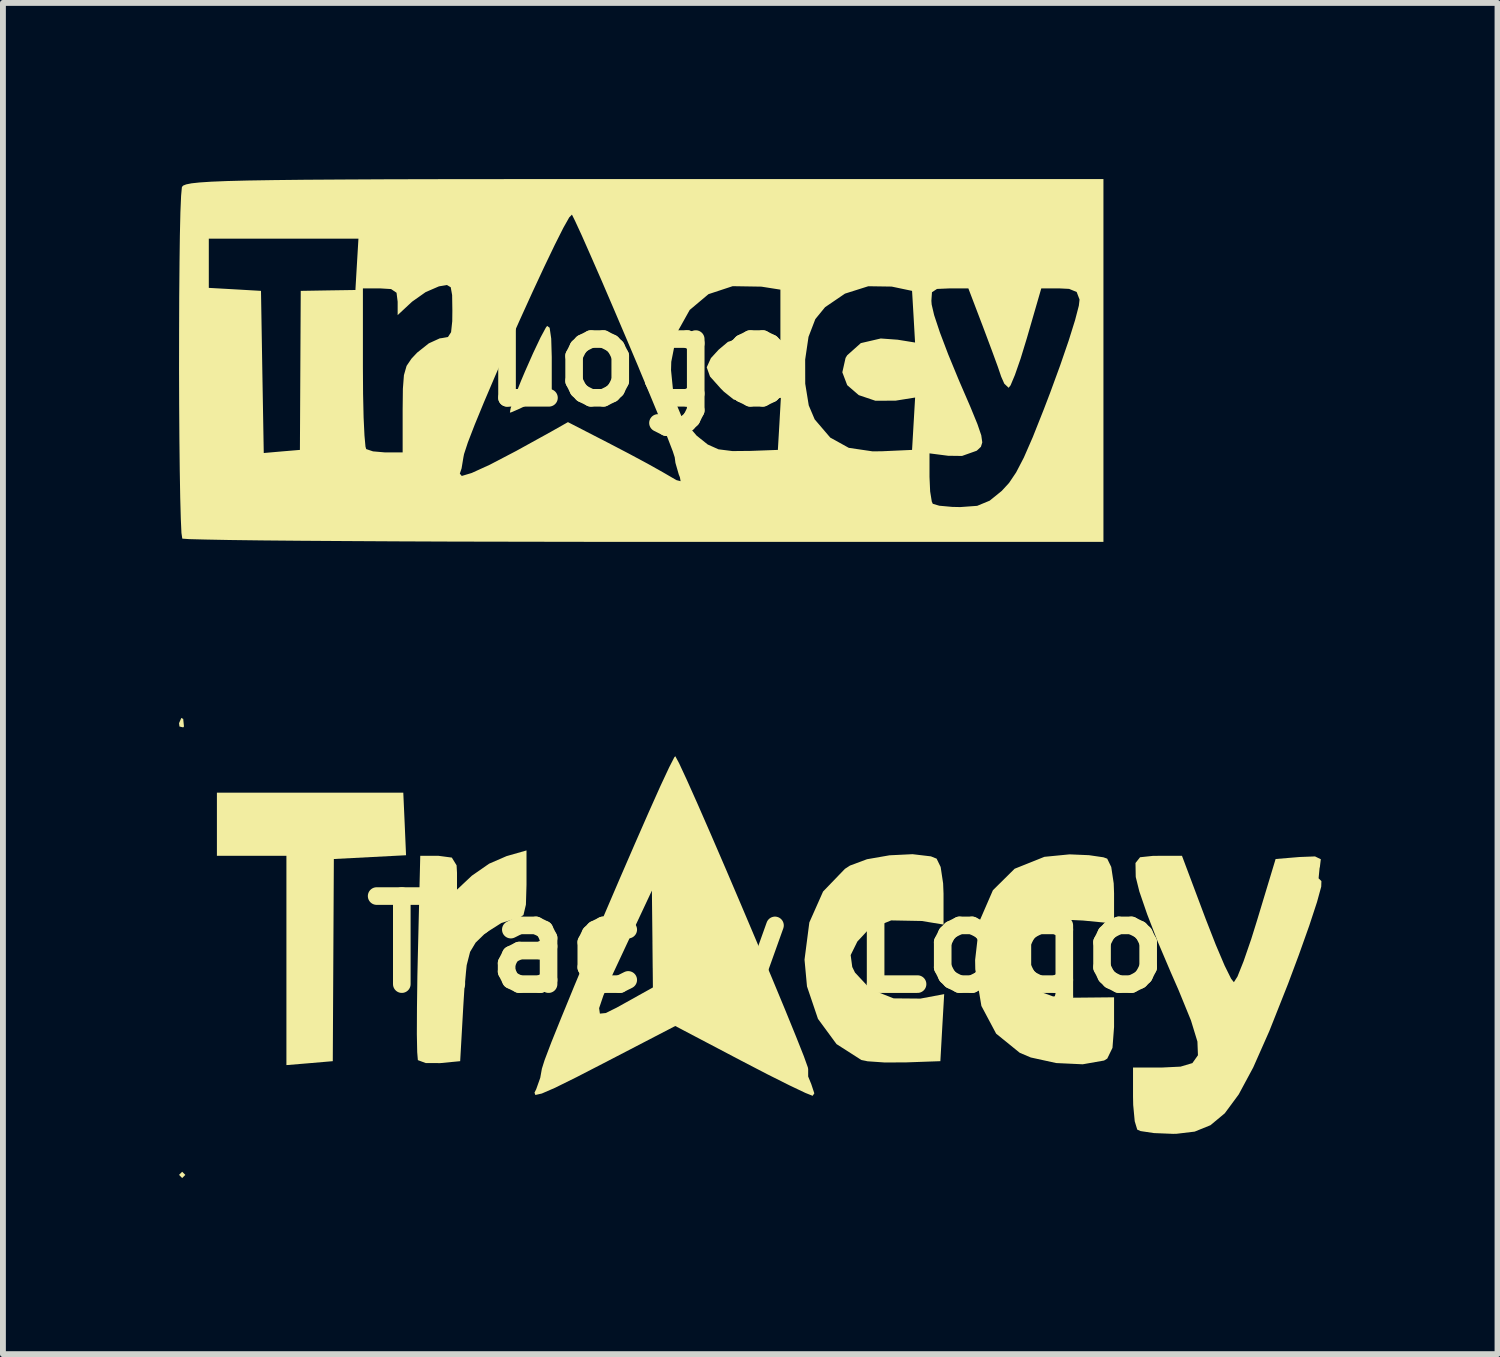
<source format=kicad_pcb>
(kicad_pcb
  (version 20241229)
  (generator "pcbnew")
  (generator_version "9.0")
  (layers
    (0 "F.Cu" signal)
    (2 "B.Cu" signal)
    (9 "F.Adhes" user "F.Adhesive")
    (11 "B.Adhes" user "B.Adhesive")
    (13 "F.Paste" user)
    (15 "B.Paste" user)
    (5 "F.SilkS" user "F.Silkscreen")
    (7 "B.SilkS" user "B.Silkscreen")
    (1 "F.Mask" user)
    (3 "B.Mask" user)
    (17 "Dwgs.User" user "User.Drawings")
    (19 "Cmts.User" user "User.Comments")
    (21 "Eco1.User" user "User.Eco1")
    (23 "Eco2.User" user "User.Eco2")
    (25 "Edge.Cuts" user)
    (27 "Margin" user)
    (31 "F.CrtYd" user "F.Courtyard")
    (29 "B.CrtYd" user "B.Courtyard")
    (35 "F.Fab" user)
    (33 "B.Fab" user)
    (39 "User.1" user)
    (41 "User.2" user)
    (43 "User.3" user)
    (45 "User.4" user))
  (footprint "Traccy Logo"
    (layer "F.Cu")
    (at 10.009 13.036)
    (property "Reference" "Traccy Logo" (at 0 0 0) (layer "F.SilkS") (effects (font (size 1.5 1.5) (thickness 0.3))))
    (attr board_only exclude_from_pos_files exclude_from_bom)
    (fp_poly (pts (xy -9.902 3.928) (xy -9.956 3.982) (xy -10.009 3.928) (xy -9.956 3.875)) (stroke (width 0) (type solid)) (fill yes) (layer "F.SilkS"))
    (fp_poly (pts (xy -9.938 -3.839) (xy -9.925 -3.711) (xy -9.938 -3.695) (xy -10.002 -3.71) (xy -10.009 -3.767) (xy -9.97 -3.856)) (stroke (width 0) (type solid)) (fill yes) (layer "F.SilkS"))
    (fp_poly (pts (xy -7.776 -2.583) (xy -6.189 -2.583) (xy -6.165 -2.05) (xy -6.142 -1.517) (xy -6.757 -1.485) (xy -7.372 -1.453) (xy -7.381 0.269) (xy -7.39 1.991) (xy -7.785 2.025) (xy -8.18 2.058) (xy -8.18 0.276) (xy -8.18 -1.507) (xy -8.772 -1.507) (xy -9.364 -1.507) (xy -9.364 -2.045) (xy -9.364 -2.583)) (stroke (width 0) (type solid)) (fill yes) (layer "F.SilkS"))
    (fp_poly (pts (xy -4.09 -1.015) (xy -4.1 -0.675) (xy -4.142 -0.499) (xy -4.234 -0.436) (xy -4.299 -0.431) (xy -4.518 -0.363) (xy -4.778 -0.198) (xy -4.81 -0.171) (xy -4.957 -0.028) (xy -5.051 0.129) (xy -5.109 0.356) (xy -5.145 0.707) (xy -5.166 1.04) (xy -5.22 1.991) (xy -5.56 2.024) (xy -5.807 2.023) (xy -5.939 1.974) (xy -5.941 1.97) (xy -5.952 1.838) (xy -5.958 1.529) (xy -5.956 1.083) (xy -5.949 0.538) (xy -5.941 0.188) (xy -5.9 -1.507) (xy -5.587 -1.507) (xy -5.362 -1.477) (xy -5.281 -1.345) (xy -5.274 -1.219) (xy -5.274 -0.931) (xy -5.022 -1.168) (xy -4.727 -1.373) (xy -4.43 -1.502) (xy -4.09 -1.599)) (stroke (width 0) (type solid)) (fill yes) (layer "F.SilkS"))
    (fp_poly (pts (xy 2.799 -1.498) (xy 2.896 -1.459) (xy 2.965 -1.317) (xy 3.007 -1.038) (xy 3.014 -0.861) (xy 3.014 -0.336) (xy 2.643 -0.397) (xy 2.122 -0.407) (xy 1.733 -0.248) (xy 1.546 -0.047) (xy 1.432 0.184) (xy 1.459 0.386) (xy 1.506 0.482) (xy 1.771 0.766) (xy 2.163 0.921) (xy 2.62 0.925) (xy 2.641 0.921) (xy 3.025 0.849) (xy 2.992 1.42) (xy 2.96 1.991) (xy 2.368 2.012) (xy 2.007 2.013) (xy 1.72 1.993) (xy 1.614 1.971) (xy 1.191 1.7) (xy 0.875 1.27) (xy 0.688 0.717) (xy 0.646 0.262) (xy 0.728 -0.372) (xy 0.962 -0.899) (xy 1.334 -1.285) (xy 1.42 -1.341) (xy 1.71 -1.449) (xy 2.094 -1.516) (xy 2.486 -1.535)) (stroke (width 0) (type solid)) (fill yes) (layer "F.SilkS"))
    (fp_poly (pts (xy 5.492 -1.518) (xy 5.738 -1.482) (xy 5.802 -1.459) (xy 5.871 -1.317) (xy 5.913 -1.038) (xy 5.919 -0.87) (xy 5.919 -0.354) (xy 5.389 -0.405) (xy 5.046 -0.421) (xy 4.822 -0.369) (xy 4.626 -0.222) (xy 4.582 -0.179) (xy 4.362 0.098) (xy 4.328 0.342) (xy 4.475 0.615) (xy 4.511 0.661) (xy 4.67 0.812) (xy 4.877 0.887) (xy 5.206 0.909) (xy 5.318 0.909) (xy 5.919 0.903) (xy 5.919 1.409) (xy 5.892 1.764) (xy 5.803 1.947) (xy 5.749 1.98) (xy 5.385 2.044) (xy 4.933 2.023) (xy 4.5 1.928) (xy 4.312 1.848) (xy 3.91 1.522) (xy 3.659 1.05) (xy 3.555 0.427) (xy 3.552 0.269) (xy 3.629 -0.4) (xy 3.855 -0.921) (xy 4.225 -1.287) (xy 4.732 -1.49) (xy 5.161 -1.532)) (stroke (width 0) (type solid)) (fill yes) (layer "F.SilkS"))
    (fp_poly (pts (xy 7.48 -0.431) (xy 7.652 0.009) (xy 7.802 0.362) (xy 7.913 0.586) (xy 7.96 0.646) (xy 8.021 0.55) (xy 8.125 0.29) (xy 8.256 -0.09) (xy 8.354 -0.404) (xy 8.671 -1.453) (xy 9.08 -1.487) (xy 9.342 -1.497) (xy 9.441 -1.449) (xy 9.425 -1.316) (xy 9.42 -1.299) (xy 9.403 -1.124) (xy 9.451 -1.076) (xy 9.448 -0.982) (xy 9.376 -0.719) (xy 9.245 -0.32) (xy 9.066 0.183) (xy 8.883 0.673) (xy 8.564 1.478) (xy 8.289 2.099) (xy 8.042 2.558) (xy 7.805 2.879) (xy 7.561 3.082) (xy 7.292 3.191) (xy 6.982 3.228) (xy 6.923 3.229) (xy 6.599 3.216) (xy 6.371 3.182) (xy 6.314 3.157) (xy 6.271 3.015) (xy 6.245 2.738) (xy 6.242 2.592) (xy 6.242 2.099) (xy 6.741 2.099) (xy 7.051 2.084) (xy 7.253 2.024) (xy 7.348 1.89) (xy 7.339 1.657) (xy 7.229 1.297) (xy 7.019 0.783) (xy 6.885 0.477) (xy 6.666 -0.038) (xy 6.482 -0.514) (xy 6.35 -0.899) (xy 6.289 -1.144) (xy 6.288 -1.157) (xy 6.284 -1.385) (xy 6.362 -1.483) (xy 6.58 -1.506) (xy 6.668 -1.507) (xy 7.076 -1.507)) (stroke (width 0) (type solid)) (fill yes) (layer "F.SilkS"))
    (fp_poly (pts (xy -1.491 -3.085) (xy -1.36 -2.803) (xy -1.175 -2.389) (xy -0.95 -1.874) (xy -0.698 -1.29) (xy -0.433 -0.669) (xy -0.167 -0.041) (xy 0.086 0.562) (xy 0.313 1.109) (xy 0.5 1.568) (xy 0.635 1.908) (xy 0.703 2.098) (xy 0.708 2.126) (xy 0.708 2.252) (xy 0.761 2.382) (xy 0.813 2.539) (xy 0.784 2.581) (xy 0.661 2.532) (xy 0.388 2.402) (xy 0.007 2.211) (xy -0.428 1.985) (xy -1.556 1.392) (xy -2.702 1.987) (xy -3.235 2.262) (xy -3.603 2.444) (xy -3.829 2.542) (xy -3.939 2.567) (xy -3.954 2.527) (xy -3.925 2.469) (xy -3.856 2.275) (xy -3.828 2.119) (xy -3.782 1.973) (xy -3.667 1.67) (xy -3.494 1.241) (xy -3.431 1.088) (xy -2.853 1.088) (xy -2.84 1.181) (xy -2.74 1.171) (xy -2.556 1.08) (xy -2.428 1.009) (xy -1.937 0.735) (xy -1.945 -0.09) (xy -1.954 -0.915) (xy -2.364 -0.041) (xy -2.617 0.5) (xy -2.779 0.869) (xy -2.853 1.088) (xy -3.431 1.088) (xy -3.279 0.717) (xy -3.033 0.129) (xy -2.77 -0.492) (xy -2.503 -1.115) (xy -2.245 -1.71) (xy -2.01 -2.246) (xy -1.811 -2.691) (xy -1.66 -3.014) (xy -1.572 -3.186) (xy -1.555 -3.204)) (stroke (width 0) (type solid)) (fill yes) (layer "F.SilkS")))
  (footprint "Logo"
    (layer "F.Cu")
    (at 7.873 3.048)
    (property "Reference" "Logo" (at 0 0 0) (layer "F.SilkS") (effects (font (size 1.5 1.5) (thickness 0.3))))
    (attr board_only exclude_from_pos_files exclude_from_bom)
    (fp_poly (pts (xy -1.56 -0.515) (xy -1.533 -0.33) (xy -1.524 -0.019) (xy -1.524 0.589) (xy -1.859 0.76) (xy -2.071 0.864) (xy -2.212 0.925) (xy -2.237 0.931) (xy -2.225 0.86) (xy -2.158 0.667) (xy -2.047 0.389) (xy -1.981 0.233) (xy -1.839 -0.088) (xy -1.714 -0.351) (xy -1.625 -0.516) (xy -1.603 -0.546)) (stroke (width 0) (type solid)) (fill yes) (layer "F.SilkS"))
    (fp_poly (pts (xy 7.874 0.042) (xy 7.874 3.133) (xy 0.056 3.133) (xy -1.08 3.132) (xy -2.167 3.13) (xy -3.195 3.128) (xy -4.15 3.124) (xy -5.021 3.119) (xy -5.796 3.114) (xy -6.463 3.108) (xy -7.01 3.101) (xy -7.426 3.093) (xy -7.698 3.086) (xy -7.814 3.078) (xy -7.818 3.076) (xy -7.832 2.981) (xy -7.843 2.739) (xy -7.853 2.376) (xy -7.86 1.97) (xy -3.09 1.97) (xy -3.057 2.01) (xy -2.887 1.959) (xy -2.578 1.818) (xy -2.13 1.584) (xy -1.541 1.259) (xy -1.534 1.255) (xy -1.248 1.093) (xy -0.56 1.447) (xy -0.213 1.628) (xy 0.113 1.803) (xy 0.361 1.942) (xy 0.418 1.975) (xy 0.6 2.081) (xy 0.671 2.099) (xy 0.659 2.032) (xy 0.64 1.985) (xy 0.583 1.787) (xy 0.571 1.693) (xy 0.549 1.625) (xy 4.911 1.625) (xy 4.911 2.026) (xy 4.922 2.274) (xy 4.95 2.446) (xy 4.967 2.484) (xy 5.078 2.517) (xy 5.298 2.537) (xy 5.434 2.54) (xy 5.723 2.519) (xy 5.936 2.431) (xy 6.141 2.265) (xy 6.266 2.129) (xy 6.387 1.949) (xy 6.518 1.697) (xy 6.67 1.349) (xy 6.857 0.878) (xy 6.966 0.593) (xy 7.137 0.126) (xy 7.282 -0.296) (xy 7.391 -0.645) (xy 7.455 -0.891) (xy 7.467 -0.995) (xy 7.418 -1.124) (xy 7.289 -1.177) (xy 7.127 -1.185) (xy 6.815 -1.185) (xy 6.57 -0.339) (xy 6.463 0.011) (xy 6.366 0.29) (xy 6.292 0.466) (xy 6.259 0.508) (xy 6.185 0.438) (xy 6.132 0.318) (xy 6.075 0.15) (xy 5.975 -0.123) (xy 5.853 -0.449) (xy 5.823 -0.529) (xy 5.573 -1.185) (xy 5.249 -1.185) (xy 5.039 -1.176) (xy 4.953 -1.12) (xy 4.943 -0.974) (xy 4.948 -0.91) (xy 4.99 -0.73) (xy 5.088 -0.435) (xy 5.229 -0.063) (xy 5.398 0.347) (xy 5.425 0.411) (xy 5.607 0.832) (xy 5.727 1.125) (xy 5.793 1.318) (xy 5.81 1.438) (xy 5.787 1.513) (xy 5.728 1.569) (xy 5.713 1.581) (xy 5.465 1.669) (xy 5.228 1.666) (xy 4.911 1.625) (xy 0.549 1.625) (xy 0.539 1.593) (xy 0.45 1.362) (xy 0.315 1.028) (xy 0.144 0.615) (xy -0.026 0.207) (xy 0.508 0.207) (xy 0.555 0.679) (xy 0.708 1.047) (xy 0.944 1.323) (xy 1.133 1.474) (xy 1.316 1.556) (xy 1.554 1.586) (xy 1.863 1.583) (xy 2.328 1.566) (xy 2.354 1.123) (xy 2.379 0.679) (xy 1.998 0.732) (xy 1.746 0.752) (xy 1.576 0.708) (xy 1.406 0.572) (xy 1.359 0.525) (xy 1.172 0.316) (xy 1.116 0.159) (xy 1.176 0.027) (xy 2.793 0.027) (xy 2.794 0.438) (xy 2.854 0.808) (xy 2.955 1.046) (xy 3.22 1.356) (xy 3.536 1.531) (xy 3.943 1.591) (xy 4.106 1.589) (xy 4.614 1.566) (xy 4.64 1.12) (xy 4.666 0.674) (xy 4.335 0.727) (xy 3.99 0.729) (xy 3.706 0.633) (xy 3.509 0.463) (xy 3.426 0.244) (xy 3.481 -0.000482) (xy 3.508 -0.045) (xy 3.741 -0.253) (xy 4.081 -0.332) (xy 4.369 -0.311) (xy 4.665 -0.263) (xy 4.64 -0.703) (xy 4.614 -1.143) (xy 4.267 -1.216) (xy 3.869 -1.222) (xy 3.471 -1.096) (xy 3.132 -0.865) (xy 2.966 -0.662) (xy 2.85 -0.36) (xy 2.793 0.027) (xy 1.176 0.027) (xy 1.188 0.002) (xy 1.319 -0.141) (xy 1.477 -0.274) (xy 1.643 -0.328) (xy 1.889 -0.325) (xy 1.954 -0.319) (xy 2.371 -0.279) (xy 2.371 -0.721) (xy 2.371 -1.164) (xy 2.047 -1.215) (xy 1.558 -1.223) (xy 1.146 -1.087) (xy 0.826 -0.818) (xy 0.61 -0.431) (xy 0.512 0.065) (xy 0.508 0.207) (xy -0.026 0.207) (xy -0.05 0.148) (xy -0.259 -0.346) (xy -0.47 -0.841) (xy -0.673 -1.314) (xy -0.858 -1.737) (xy -1.012 -2.086) (xy -1.127 -2.335) (xy -1.18 -2.442) (xy -1.226 -2.395) (xy -1.327 -2.216) (xy -1.472 -1.928) (xy -1.651 -1.555) (xy -1.853 -1.121) (xy -2.067 -0.65) (xy -2.283 -0.165) (xy -2.49 0.311) (xy -2.678 0.752) (xy -2.836 1.136) (xy -2.953 1.439) (xy -3.018 1.637) (xy -3.029 1.693) (xy -3.06 1.881) (xy -3.09 1.97) (xy -7.86 1.97) (xy -7.861 1.914) (xy -7.867 1.378) (xy -7.871 0.791) (xy -7.873 0.176) (xy -7.872 -0.442) (xy -7.87 -1.041) (xy -7.865 -1.596) (xy -7.865 -1.613) (xy -7.366 -1.613) (xy -7.366 -1.194) (xy -6.921 -1.169) (xy -6.477 -1.143) (xy -6.454 0.238) (xy -6.43 1.619) (xy -6.122 1.592) (xy -5.814 1.566) (xy -5.807 0.212) (xy -5.8 -1.143) (xy -5.334 -1.151) (xy -4.868 -1.158) (xy -4.867 -1.185) (xy -4.741 -1.185) (xy -4.741 0.155) (xy -4.738 0.615) (xy -4.729 1.015) (xy -4.714 1.323) (xy -4.697 1.51) (xy -4.685 1.552) (xy -4.569 1.591) (xy -4.363 1.609) (xy -4.346 1.609) (xy -4.064 1.609) (xy -4.064 0.882) (xy -4.06 0.525) (xy -4.042 0.292) (xy -3.997 0.135) (xy -3.913 0.011) (xy -3.817 -0.091) (xy -3.618 -0.249) (xy -3.432 -0.334) (xy -3.393 -0.339) (xy -3.292 -0.357) (xy -3.239 -0.439) (xy -3.219 -0.626) (xy -3.217 -0.806) (xy -3.221 -1.072) (xy -3.245 -1.205) (xy -3.311 -1.243) (xy -3.439 -1.221) (xy -3.45 -1.218) (xy -3.672 -1.122) (xy -3.899 -0.962) (xy -3.916 -0.947) (xy -4.149 -0.73) (xy -4.149 -0.958) (xy -4.168 -1.111) (xy -4.261 -1.174) (xy -4.445 -1.185) (xy -4.741 -1.185) (xy -4.867 -1.185) (xy -4.843 -1.595) (xy -4.817 -2.032) (xy -6.092 -2.032) (xy -7.366 -2.032) (xy -7.366 -1.613) (xy -7.865 -1.613) (xy -7.859 -2.083) (xy -7.85 -2.48) (xy -7.838 -2.762) (xy -7.825 -2.905) (xy -7.823 -2.914) (xy -7.802 -2.937) (xy -7.751 -2.957) (xy -7.661 -2.975) (xy -7.522 -2.99) (xy -7.322 -3.003) (xy -7.053 -3.014) (xy -6.704 -3.023) (xy -6.265 -3.03) (xy -5.726 -3.036) (xy -5.078 -3.04) (xy -4.309 -3.044) (xy -3.411 -3.046) (xy -2.372 -3.047) (xy -1.183 -3.048) (xy 0.051 -3.048) (xy 7.874 -3.048)) (stroke (width 0) (type solid)) (fill yes) (layer "F.SilkS")))
  (gr_rect
    (start -3 -3)
    (end 22.46 20.018)
    (stroke (width 0.1) (type default))
    (fill no)
    (layer "Edge.Cuts")))
</source>
